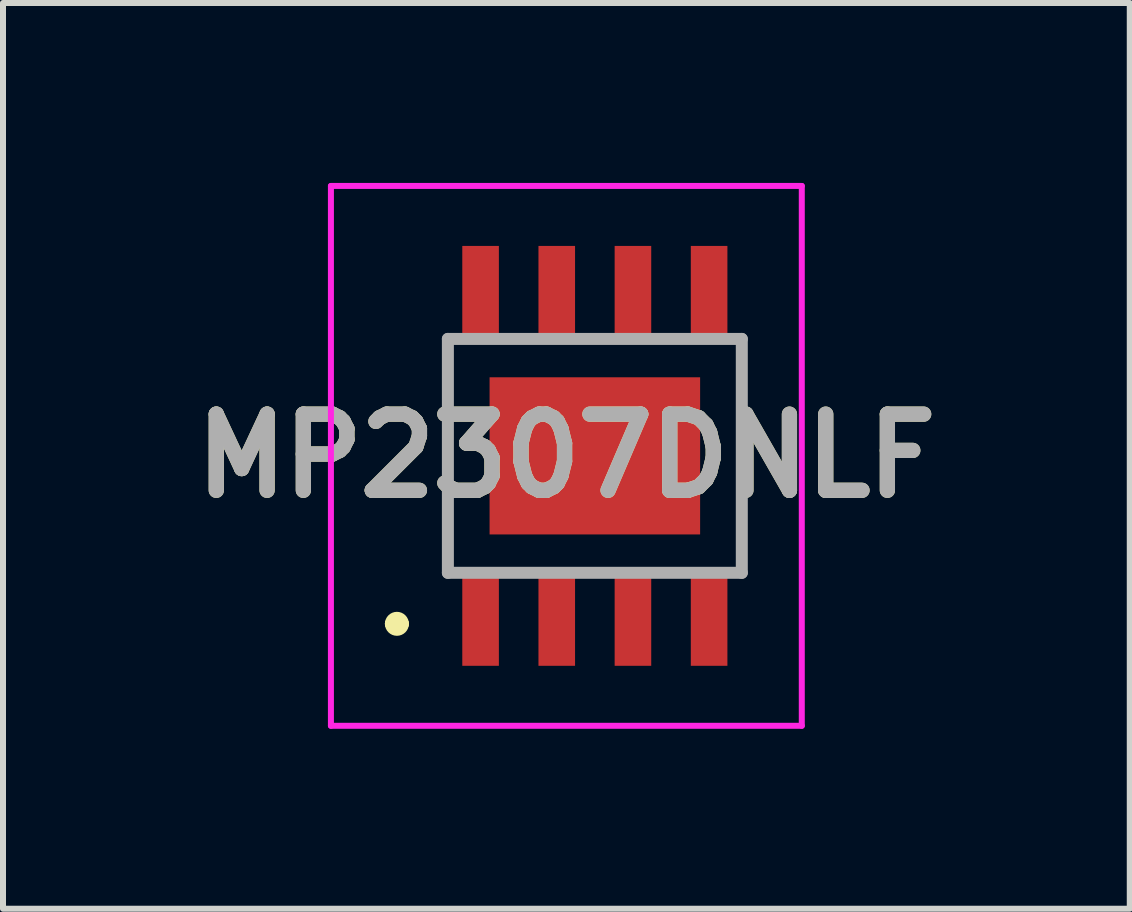
<source format=kicad_pcb>
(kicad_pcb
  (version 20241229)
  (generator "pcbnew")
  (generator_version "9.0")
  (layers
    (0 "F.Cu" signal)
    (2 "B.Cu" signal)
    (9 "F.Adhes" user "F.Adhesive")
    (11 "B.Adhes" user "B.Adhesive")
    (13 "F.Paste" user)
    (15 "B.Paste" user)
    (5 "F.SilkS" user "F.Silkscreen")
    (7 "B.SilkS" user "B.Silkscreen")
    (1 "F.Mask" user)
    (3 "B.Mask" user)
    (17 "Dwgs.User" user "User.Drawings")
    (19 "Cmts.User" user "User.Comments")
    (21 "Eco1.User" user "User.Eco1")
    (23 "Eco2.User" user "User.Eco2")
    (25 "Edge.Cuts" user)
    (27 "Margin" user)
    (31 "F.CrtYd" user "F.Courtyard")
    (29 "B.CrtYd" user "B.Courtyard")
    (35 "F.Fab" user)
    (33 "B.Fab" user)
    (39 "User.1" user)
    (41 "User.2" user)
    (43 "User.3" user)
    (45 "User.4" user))
  (footprint "MP2307DNLF"
    (layer "F.Cu")
    (at 6.867 4.55)
    (property "Reference" "MP2307DNLF" (at -0.475 0 0) (layer "F.SilkS") (effects (font (size 1.27 1.27) (thickness 0.254))))
    (attr smd)
    (fp_line (start -3.4 2.8) (end -3.4 2.8) (stroke (width 0.2) (type solid)) (layer "F.SilkS"))
    (fp_line (start -3.2 2.8) (end -3.2 2.8) (stroke (width 0.2) (type solid)) (layer "F.SilkS"))
    (fp_line (start -2.45 -1.6) (end -2.45 1.6) (stroke (width 0.1) (type solid)) (layer "F.SilkS"))
    (fp_line (start 2.45 -1.8) (end 2.45 1.6) (stroke (width 0.1) (type solid)) (layer "F.SilkS"))
    (fp_arc (start -3.4 2.8) (mid -3.3 2.7) (end -3.2 2.8) (stroke (width 0.2) (type solid)) (layer "F.SilkS"))
    (fp_arc (start -3.2 2.8) (mid -3.3 2.9) (end -3.4 2.8) (stroke (width 0.2) (type solid)) (layer "F.SilkS"))
    (fp_line (start -4.4 -4.5) (end 3.45 -4.5) (stroke (width 0.1) (type solid)) (layer "F.CrtYd"))
    (fp_line (start -4.4 4.5) (end -4.4 -4.5) (stroke (width 0.1) (type solid)) (layer "F.CrtYd"))
    (fp_line (start 3.45 -4.5) (end 3.45 4.5) (stroke (width 0.1) (type solid)) (layer "F.CrtYd"))
    (fp_line (start 3.45 4.5) (end -4.4 4.5) (stroke (width 0.1) (type solid)) (layer "F.CrtYd"))
    (fp_line (start -2.45 -1.95) (end 2.45 -1.95) (stroke (width 0.2) (type solid)) (layer "F.Fab"))
    (fp_line (start -2.45 1.95) (end -2.45 -1.95) (stroke (width 0.2) (type solid)) (layer "F.Fab"))
    (fp_line (start 2.45 -1.95) (end 2.45 1.95) (stroke (width 0.2) (type solid)) (layer "F.Fab"))
    (fp_line (start 2.45 1.95) (end -2.45 1.95) (stroke (width 0.2) (type solid)) (layer "F.Fab"))
    (fp_text user "${REFERENCE}" (at -0.475 0 0) (layer "F.Fab") (effects (font (size 1.27 1.27) (thickness 0.254))))
    (pad "1" smd rect (at -1.905 2.7) (size 0.61 1.6) (layers "F.Cu" "F.Mask" "F.Paste"))
    (pad "2" smd rect (at -0.635 2.7) (size 0.61 1.6) (layers "F.Cu" "F.Mask" "F.Paste"))
    (pad "3" smd rect (at 0.635 2.7) (size 0.61 1.6) (layers "F.Cu" "F.Mask" "F.Paste"))
    (pad "4" smd rect (at 1.905 2.7) (size 0.61 1.6) (layers "F.Cu" "F.Mask" "F.Paste"))
    (pad "5" smd rect (at 1.905 -2.7) (size 0.61 1.6) (layers "F.Cu" "F.Mask" "F.Paste"))
    (pad "6" smd rect (at 0.635 -2.7) (size 0.61 1.6) (layers "F.Cu" "F.Mask" "F.Paste"))
    (pad "7" smd rect (at -0.635 -2.7) (size 0.61 1.6) (layers "F.Cu" "F.Mask" "F.Paste"))
    (pad "8" smd rect (at -1.905 -2.7) (size 0.61 1.6) (layers "F.Cu" "F.Mask" "F.Paste"))
    (pad "9" smd rect (at 0 0 90) (size 2.62 3.51) (layers "F.Cu" "F.Mask" "F.Paste")))
  (gr_rect
    (start -3 -3)
    (end 15.785 12.1)
    (stroke (width 0.1) (type default))
    (fill no)
    (layer "Edge.Cuts")))
</source>
